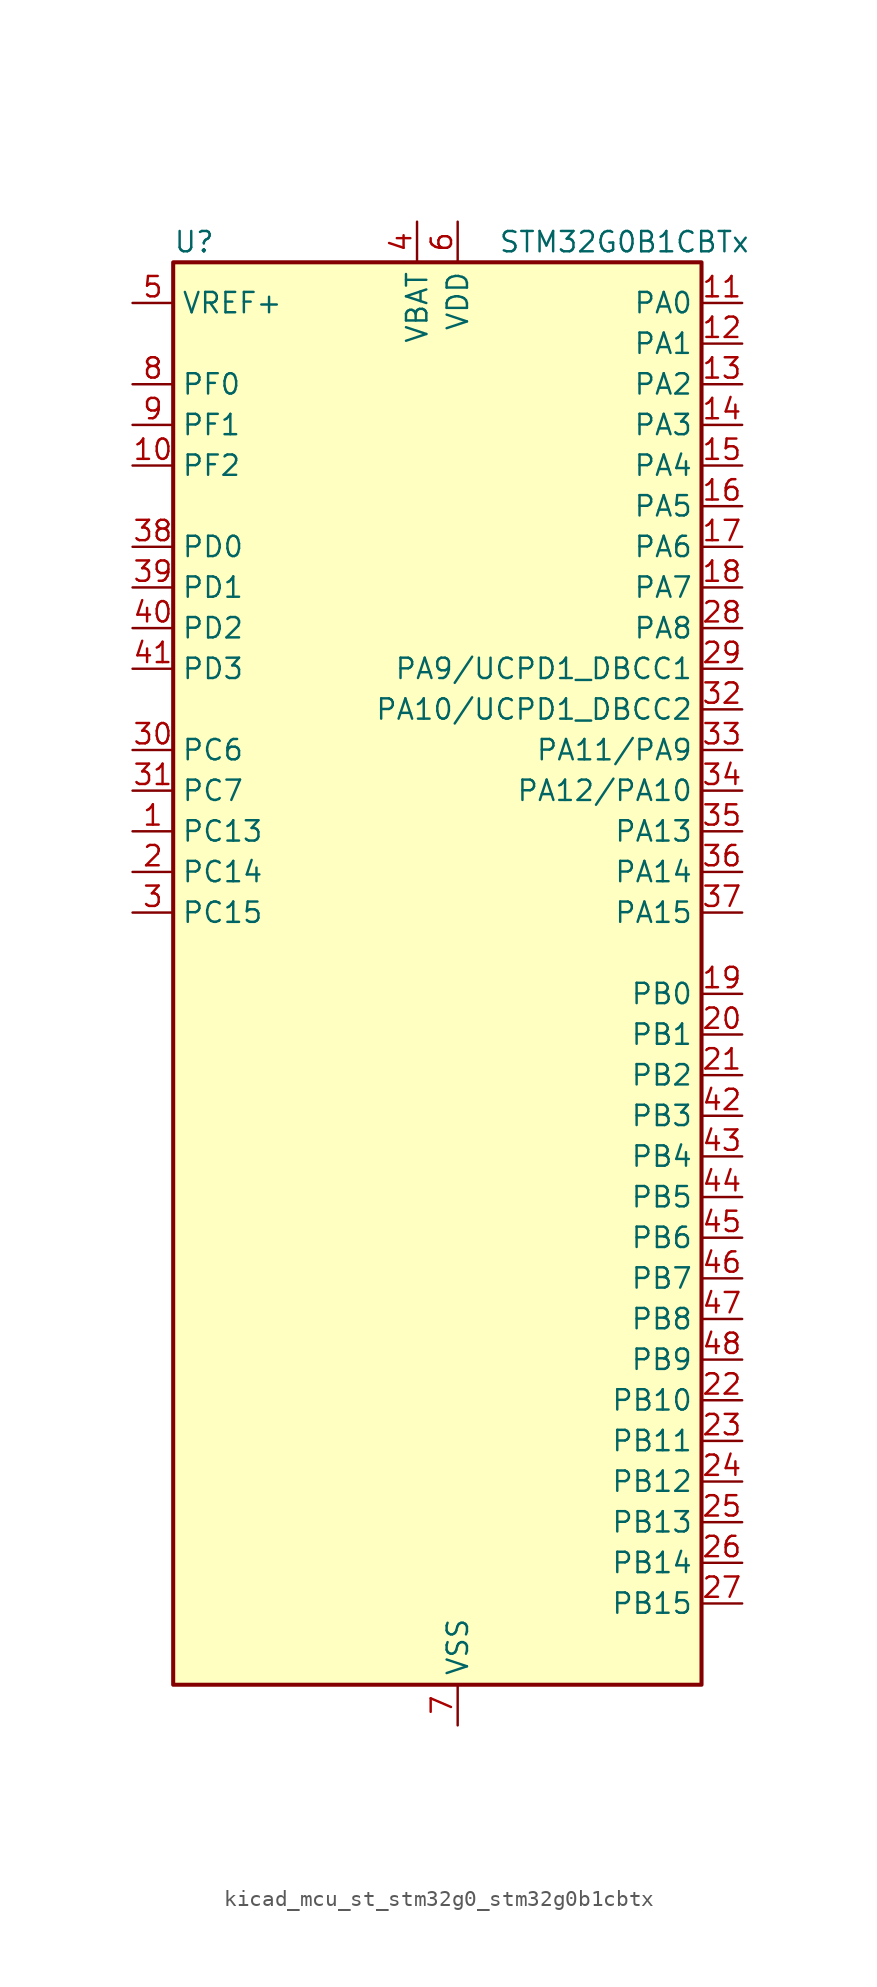
<source format=kicad_sym>
(kicad_symbol_lib
  (version 20220914)
  (generator kicad_symbol_editor)
  (symbol "kicad_mcu_st_stm32g0_stm32g0b1cbtx"
    (property "Reference" "U"
      (at -15.24 46.99 0)
      (effects (font (size 1.27 1.27)) (justify left)))
    (property "Value" "STM32G0B1CBTx"
      (at 5.08 46.99 0)
      (effects (font (size 1.27 1.27)) (justify left)))
    (property "ki_locked" ""
      (at 0 0 0)
      (effects (font (size 1.27 1.27))))
    (symbol "kicad_mcu_st_stm32g0_stm32g0b1cbtx_0_1"
      (rectangle (start -15.24 -43.18) (end 17.78 45.72) (stroke (width 0.254) (type default)) (fill (type background))))
    (symbol "kicad_mcu_st_stm32g0_stm32g0b1cbtx_1_1"
      (pin bidirectional line (at -17.78 10.16 0) (length 2.54) (name "PC13" (effects (font (size 1.27 1.27)))) (number "1" (effects (font (size 1.27 1.27)))) (alternate "RTC_OUT1" bidirectional line) (alternate "RTC_TAMP_IN1" bidirectional line) (alternate "RTC_TS" bidirectional line) (alternate "SYS_WKUP2" bidirectional line) (alternate "TIM1_BK" bidirectional line))
      (pin bidirectional line (at -17.78 33.02 0) (length 2.54) (name "PF2" (effects (font (size 1.27 1.27)))) (number "10" (effects (font (size 1.27 1.27)))) (alternate "LPUART2_DE" bidirectional line) (alternate "LPUART2_RTS" bidirectional line) (alternate "LPUART2_TX" bidirectional line) (alternate "RCC_MCO" bidirectional line))
      (pin bidirectional line (at 20.32 43.18 180) (length 2.54) (name "PA0" (effects (font (size 1.27 1.27)))) (number "11" (effects (font (size 1.27 1.27)))) (alternate "ADC1_IN0" bidirectional line) (alternate "COMP1_INM" bidirectional line) (alternate "COMP1_OUT" bidirectional line) (alternate "I2S2_CK" bidirectional line) (alternate "LPTIM1_OUT" bidirectional line) (alternate "RTC_TAMP_IN2" bidirectional line) (alternate "SPI2_SCK" bidirectional line) (alternate "SYS_WKUP1" bidirectional line) (alternate "TIM2_CH1" bidirectional line) (alternate "TIM2_ETR" bidirectional line) (alternate "UCPD2_FRSTX1" bidirectional line) (alternate "UCPD2_FRSTX2" bidirectional line) (alternate "USART2_CTS" bidirectional line) (alternate "USART2_NSS" bidirectional line) (alternate "USART4_TX" bidirectional line))
      (pin bidirectional line (at 20.32 40.64 180) (length 2.54) (name "PA1" (effects (font (size 1.27 1.27)))) (number "12" (effects (font (size 1.27 1.27)))) (alternate "ADC1_IN1" bidirectional line) (alternate "COMP1_INP" bidirectional line) (alternate "I2C1_SMBA" bidirectional line) (alternate "I2S1_CK" bidirectional line) (alternate "SPI1_SCK" bidirectional line) (alternate "TIM15_CH1N" bidirectional line) (alternate "TIM2_CH2" bidirectional line) (alternate "USART2_CK" bidirectional line) (alternate "USART2_DE" bidirectional line) (alternate "USART2_RTS" bidirectional line) (alternate "USART4_RX" bidirectional line))
      (pin bidirectional line (at 20.32 38.1 180) (length 2.54) (name "PA2" (effects (font (size 1.27 1.27)))) (number "13" (effects (font (size 1.27 1.27)))) (alternate "ADC1_IN2" bidirectional line) (alternate "COMP2_INM" bidirectional line) (alternate "COMP2_OUT" bidirectional line) (alternate "I2S1_SD" bidirectional line) (alternate "LPUART1_TX" bidirectional line) (alternate "RCC_LSCO" bidirectional line) (alternate "SPI1_MOSI" bidirectional line) (alternate "SYS_WKUP4" bidirectional line) (alternate "TIM15_CH1" bidirectional line) (alternate "TIM2_CH3" bidirectional line) (alternate "UCPD1_FRSTX1" bidirectional line) (alternate "UCPD1_FRSTX2" bidirectional line) (alternate "USART2_TX" bidirectional line))
      (pin bidirectional line (at 20.32 35.56 180) (length 2.54) (name "PA3" (effects (font (size 1.27 1.27)))) (number "14" (effects (font (size 1.27 1.27)))) (alternate "ADC1_IN3" bidirectional line) (alternate "COMP2_INP" bidirectional line) (alternate "I2S2_MCK" bidirectional line) (alternate "LPUART1_RX" bidirectional line) (alternate "SPI2_MISO" bidirectional line) (alternate "TIM15_CH2" bidirectional line) (alternate "TIM2_CH4" bidirectional line) (alternate "UCPD2_FRSTX1" bidirectional line) (alternate "UCPD2_FRSTX2" bidirectional line) (alternate "USART2_RX" bidirectional line))
      (pin bidirectional line (at 20.32 33.02 180) (length 2.54) (name "PA4" (effects (font (size 1.27 1.27)))) (number "15" (effects (font (size 1.27 1.27)))) (alternate "ADC1_IN4" bidirectional line) (alternate "DAC1_OUT1" bidirectional line) (alternate "I2S1_WS" bidirectional line) (alternate "I2S2_SD" bidirectional line) (alternate "LPTIM2_OUT" bidirectional line) (alternate "RTC_OUT2" bidirectional line) (alternate "SPI1_NSS" bidirectional line) (alternate "SPI2_MOSI" bidirectional line) (alternate "SPI3_NSS" bidirectional line) (alternate "TIM14_CH1" bidirectional line) (alternate "UCPD2_FRSTX1" bidirectional line) (alternate "UCPD2_FRSTX2" bidirectional line) (alternate "USART6_TX" bidirectional line) (alternate "USB_NOE" bidirectional line))
      (pin bidirectional line (at 20.32 30.48 180) (length 2.54) (name "PA5" (effects (font (size 1.27 1.27)))) (number "16" (effects (font (size 1.27 1.27)))) (alternate "ADC1_IN5" bidirectional line) (alternate "CEC" bidirectional line) (alternate "DAC1_OUT2" bidirectional line) (alternate "I2S1_CK" bidirectional line) (alternate "LPTIM2_ETR" bidirectional line) (alternate "SPI1_SCK" bidirectional line) (alternate "TIM2_CH1" bidirectional line) (alternate "TIM2_ETR" bidirectional line) (alternate "UCPD1_FRSTX1" bidirectional line) (alternate "UCPD1_FRSTX2" bidirectional line) (alternate "USART3_TX" bidirectional line) (alternate "USART6_RX" bidirectional line))
      (pin bidirectional line (at 20.32 27.94 180) (length 2.54) (name "PA6" (effects (font (size 1.27 1.27)))) (number "17" (effects (font (size 1.27 1.27)))) (alternate "ADC1_IN6" bidirectional line) (alternate "COMP1_OUT" bidirectional line) (alternate "I2C2_SDA" bidirectional line) (alternate "I2C3_SDA" bidirectional line) (alternate "I2S1_MCK" bidirectional line) (alternate "LPUART1_CTS" bidirectional line) (alternate "SPI1_MISO" bidirectional line) (alternate "TIM16_CH1" bidirectional line) (alternate "TIM1_BK" bidirectional line) (alternate "TIM3_CH1" bidirectional line) (alternate "USART3_CTS" bidirectional line) (alternate "USART3_NSS" bidirectional line) (alternate "USART6_CTS" bidirectional line) (alternate "USART6_NSS" bidirectional line))
      (pin bidirectional line (at 20.32 25.4 180) (length 2.54) (name "PA7" (effects (font (size 1.27 1.27)))) (number "18" (effects (font (size 1.27 1.27)))) (alternate "ADC1_IN7" bidirectional line) (alternate "COMP2_OUT" bidirectional line) (alternate "I2C2_SCL" bidirectional line) (alternate "I2C3_SCL" bidirectional line) (alternate "I2S1_SD" bidirectional line) (alternate "SPI1_MOSI" bidirectional line) (alternate "TIM14_CH1" bidirectional line) (alternate "TIM17_CH1" bidirectional line) (alternate "TIM1_CH1N" bidirectional line) (alternate "TIM3_CH2" bidirectional line) (alternate "UCPD1_FRSTX1" bidirectional line) (alternate "UCPD1_FRSTX2" bidirectional line) (alternate "USART6_CK" bidirectional line) (alternate "USART6_DE" bidirectional line) (alternate "USART6_RTS" bidirectional line))
      (pin bidirectional line (at 20.32 0 180) (length 2.54) (name "PB0" (effects (font (size 1.27 1.27)))) (number "19" (effects (font (size 1.27 1.27)))) (alternate "ADC1_IN8" bidirectional line) (alternate "COMP1_OUT" bidirectional line) (alternate "COMP3_INP" bidirectional line) (alternate "FDCAN2_RX" bidirectional line) (alternate "I2S1_WS" bidirectional line) (alternate "LPTIM1_OUT" bidirectional line) (alternate "LPUART2_CTS" bidirectional line) (alternate "SPI1_NSS" bidirectional line) (alternate "TIM1_CH2N" bidirectional line) (alternate "TIM3_CH3" bidirectional line) (alternate "UCPD1_FRSTX1" bidirectional line) (alternate "UCPD1_FRSTX2" bidirectional line) (alternate "USART3_RX" bidirectional line) (alternate "USART5_TX" bidirectional line))
      (pin bidirectional line (at -17.78 7.62 0) (length 2.54) (name "PC14" (effects (font (size 1.27 1.27)))) (number "2" (effects (font (size 1.27 1.27)))) (alternate "RCC_OSC32_IN" bidirectional line) (alternate "TIM1_BK2" bidirectional line))
      (pin bidirectional line (at 20.32 -2.54 180) (length 2.54) (name "PB1" (effects (font (size 1.27 1.27)))) (number "20" (effects (font (size 1.27 1.27)))) (alternate "ADC1_IN9" bidirectional line) (alternate "COMP1_INM" bidirectional line) (alternate "COMP3_OUT" bidirectional line) (alternate "FDCAN2_TX" bidirectional line) (alternate "LPTIM2_IN1" bidirectional line) (alternate "LPUART1_DE" bidirectional line) (alternate "LPUART1_RTS" bidirectional line) (alternate "LPUART2_DE" bidirectional line) (alternate "LPUART2_RTS" bidirectional line) (alternate "TIM14_CH1" bidirectional line) (alternate "TIM1_CH3N" bidirectional line) (alternate "TIM3_CH4" bidirectional line) (alternate "USART3_CK" bidirectional line) (alternate "USART3_DE" bidirectional line) (alternate "USART3_RTS" bidirectional line) (alternate "USART5_RX" bidirectional line))
      (pin bidirectional line (at 20.32 -5.08 180) (length 2.54) (name "PB2" (effects (font (size 1.27 1.27)))) (number "21" (effects (font (size 1.27 1.27)))) (alternate "ADC1_IN10" bidirectional line) (alternate "COMP1_INP" bidirectional line) (alternate "COMP3_INM" bidirectional line) (alternate "I2S2_MCK" bidirectional line) (alternate "LPTIM1_OUT" bidirectional line) (alternate "RCC_MCO_2" bidirectional line) (alternate "SPI2_MISO" bidirectional line) (alternate "USART3_TX" bidirectional line))
      (pin bidirectional line (at 20.32 -25.4 180) (length 2.54) (name "PB10" (effects (font (size 1.27 1.27)))) (number "22" (effects (font (size 1.27 1.27)))) (alternate "ADC1_IN11" bidirectional line) (alternate "CEC" bidirectional line) (alternate "COMP1_OUT" bidirectional line) (alternate "I2C2_SCL" bidirectional line) (alternate "I2S2_CK" bidirectional line) (alternate "LPUART1_RX" bidirectional line) (alternate "SPI2_SCK" bidirectional line) (alternate "TIM2_CH3" bidirectional line) (alternate "USART3_TX" bidirectional line))
      (pin bidirectional line (at 20.32 -27.94 180) (length 2.54) (name "PB11" (effects (font (size 1.27 1.27)))) (number "23" (effects (font (size 1.27 1.27)))) (alternate "ADC1_EXTI11" bidirectional line) (alternate "ADC1_IN15" bidirectional line) (alternate "COMP2_OUT" bidirectional line) (alternate "I2C2_SDA" bidirectional line) (alternate "I2S2_SD" bidirectional line) (alternate "LPUART1_TX" bidirectional line) (alternate "SPI2_MOSI" bidirectional line) (alternate "TIM2_CH4" bidirectional line) (alternate "USART3_RX" bidirectional line))
      (pin bidirectional line (at 20.32 -30.48 180) (length 2.54) (name "PB12" (effects (font (size 1.27 1.27)))) (number "24" (effects (font (size 1.27 1.27)))) (alternate "ADC1_IN16" bidirectional line) (alternate "FDCAN2_RX" bidirectional line) (alternate "I2C2_SMBA" bidirectional line) (alternate "I2S2_WS" bidirectional line) (alternate "LPUART1_DE" bidirectional line) (alternate "LPUART1_RTS" bidirectional line) (alternate "SPI2_NSS" bidirectional line) (alternate "TIM15_BK" bidirectional line) (alternate "TIM1_BK" bidirectional line) (alternate "UCPD2_FRSTX1" bidirectional line) (alternate "UCPD2_FRSTX2" bidirectional line))
      (pin bidirectional line (at 20.32 -33.02 180) (length 2.54) (name "PB13" (effects (font (size 1.27 1.27)))) (number "25" (effects (font (size 1.27 1.27)))) (alternate "FDCAN2_TX" bidirectional line) (alternate "I2C2_SCL" bidirectional line) (alternate "I2S2_CK" bidirectional line) (alternate "LPUART1_CTS" bidirectional line) (alternate "SPI2_SCK" bidirectional line) (alternate "TIM15_CH1N" bidirectional line) (alternate "TIM1_CH1N" bidirectional line) (alternate "USART3_CTS" bidirectional line) (alternate "USART3_NSS" bidirectional line))
      (pin bidirectional line (at 20.32 -35.56 180) (length 2.54) (name "PB14" (effects (font (size 1.27 1.27)))) (number "26" (effects (font (size 1.27 1.27)))) (alternate "I2C2_SDA" bidirectional line) (alternate "I2S2_MCK" bidirectional line) (alternate "SPI2_MISO" bidirectional line) (alternate "TIM15_CH1" bidirectional line) (alternate "TIM1_CH2N" bidirectional line) (alternate "UCPD1_FRSTX1" bidirectional line) (alternate "UCPD1_FRSTX2" bidirectional line) (alternate "USART3_CK" bidirectional line) (alternate "USART3_DE" bidirectional line) (alternate "USART3_RTS" bidirectional line) (alternate "USART6_CK" bidirectional line) (alternate "USART6_DE" bidirectional line) (alternate "USART6_RTS" bidirectional line))
      (pin bidirectional line (at 20.32 -38.1 180) (length 2.54) (name "PB15" (effects (font (size 1.27 1.27)))) (number "27" (effects (font (size 1.27 1.27)))) (alternate "I2S2_SD" bidirectional line) (alternate "RTC_REFIN" bidirectional line) (alternate "SPI2_MOSI" bidirectional line) (alternate "TIM15_CH1N" bidirectional line) (alternate "TIM15_CH2" bidirectional line) (alternate "TIM1_CH3N" bidirectional line) (alternate "UCPD1_CC2" bidirectional line) (alternate "USART6_CTS" bidirectional line) (alternate "USART6_NSS" bidirectional line))
      (pin bidirectional line (at 20.32 22.86 180) (length 2.54) (name "PA8" (effects (font (size 1.27 1.27)))) (number "28" (effects (font (size 1.27 1.27)))) (alternate "CRS1_SYNC" bidirectional line) (alternate "I2C2_SMBA" bidirectional line) (alternate "I2S2_WS" bidirectional line) (alternate "LPTIM2_OUT" bidirectional line) (alternate "RCC_MCO" bidirectional line) (alternate "SPI2_NSS" bidirectional line) (alternate "TIM1_CH1" bidirectional line) (alternate "UCPD1_CC1" bidirectional line))
      (pin bidirectional line (at 20.32 20.32 180) (length 2.54) (name "PA9/UCPD1_DBCC1" (effects (font (size 1.27 1.27)))) (number "29" (effects (font (size 1.27 1.27)))) (alternate "DAC1_EXTI9" bidirectional line) (alternate "I2C1_SCL" bidirectional line) (alternate "I2C2_SCL" bidirectional line) (alternate "I2S2_MCK" bidirectional line) (alternate "RCC_MCO" bidirectional line) (alternate "SPI2_MISO" bidirectional line) (alternate "TIM15_BK" bidirectional line) (alternate "TIM1_CH2" bidirectional line) (alternate "UCPD1_DBCC1" bidirectional line) (alternate "USART1_TX" bidirectional line))
      (pin bidirectional line (at -17.78 5.08 0) (length 2.54) (name "PC15" (effects (font (size 1.27 1.27)))) (number "3" (effects (font (size 1.27 1.27)))) (alternate "RCC_OSC32_EN" bidirectional line) (alternate "RCC_OSC32_OUT" bidirectional line) (alternate "RCC_OSC_EN" bidirectional line) (alternate "TIM15_BK" bidirectional line))
      (pin bidirectional line (at -17.78 15.24 0) (length 2.54) (name "PC6" (effects (font (size 1.27 1.27)))) (number "30" (effects (font (size 1.27 1.27)))) (alternate "LPUART2_TX" bidirectional line) (alternate "TIM2_CH3" bidirectional line) (alternate "TIM3_CH1" bidirectional line) (alternate "UCPD1_FRSTX1" bidirectional line) (alternate "UCPD1_FRSTX2" bidirectional line))
      (pin bidirectional line (at -17.78 12.7 0) (length 2.54) (name "PC7" (effects (font (size 1.27 1.27)))) (number "31" (effects (font (size 1.27 1.27)))) (alternate "LPUART2_RX" bidirectional line) (alternate "TIM2_CH4" bidirectional line) (alternate "TIM3_CH2" bidirectional line) (alternate "UCPD2_FRSTX1" bidirectional line) (alternate "UCPD2_FRSTX2" bidirectional line))
      (pin bidirectional line (at 20.32 17.78 180) (length 2.54) (name "PA10/UCPD1_DBCC2" (effects (font (size 1.27 1.27)))) (number "32" (effects (font (size 1.27 1.27)))) (alternate "I2C1_SDA" bidirectional line) (alternate "I2C2_SDA" bidirectional line) (alternate "I2S2_SD" bidirectional line) (alternate "RCC_MCO_2" bidirectional line) (alternate "SPI2_MOSI" bidirectional line) (alternate "TIM17_BK" bidirectional line) (alternate "TIM1_CH3" bidirectional line) (alternate "UCPD1_DBCC2" bidirectional line) (alternate "USART1_RX" bidirectional line))
      (pin bidirectional line (at 20.32 15.24 180) (length 2.54) (name "PA11/PA9" (effects (font (size 1.27 1.27)))) (number "33" (effects (font (size 1.27 1.27)))) (alternate "ADC1_EXTI11" bidirectional line) (alternate "COMP1_OUT" bidirectional line) (alternate "FDCAN1_RX" bidirectional line) (alternate "I2C2_SCL" bidirectional line) (alternate "I2S1_MCK" bidirectional line) (alternate "SPI1_MISO" bidirectional line) (alternate "TIM1_BK2" bidirectional line) (alternate "TIM1_CH4" bidirectional line) (alternate "USART1_CTS" bidirectional line) (alternate "USART1_NSS" bidirectional line) (alternate "USB_DM" bidirectional line))
      (pin bidirectional line (at 20.32 12.7 180) (length 2.54) (name "PA12/PA10" (effects (font (size 1.27 1.27)))) (number "34" (effects (font (size 1.27 1.27)))) (alternate "COMP2_OUT" bidirectional line) (alternate "FDCAN1_TX" bidirectional line) (alternate "I2C2_SDA" bidirectional line) (alternate "I2S1_SD" bidirectional line) (alternate "I2S_CKIN" bidirectional line) (alternate "SPI1_MOSI" bidirectional line) (alternate "TIM1_ETR" bidirectional line) (alternate "USART1_CK" bidirectional line) (alternate "USART1_DE" bidirectional line) (alternate "USART1_RTS" bidirectional line) (alternate "USB_DP" bidirectional line))
      (pin bidirectional line (at 20.32 10.16 180) (length 2.54) (name "PA13" (effects (font (size 1.27 1.27)))) (number "35" (effects (font (size 1.27 1.27)))) (alternate "IR_OUT" bidirectional line) (alternate "LPUART2_RX" bidirectional line) (alternate "SYS_SWDIO" bidirectional line) (alternate "USB_NOE" bidirectional line))
      (pin bidirectional line (at 20.32 7.62 180) (length 2.54) (name "PA14" (effects (font (size 1.27 1.27)))) (number "36" (effects (font (size 1.27 1.27)))) (alternate "LPUART2_TX" bidirectional line) (alternate "SYS_SWCLK" bidirectional line) (alternate "USART2_TX" bidirectional line))
      (pin bidirectional line (at 20.32 5.08 180) (length 2.54) (name "PA15" (effects (font (size 1.27 1.27)))) (number "37" (effects (font (size 1.27 1.27)))) (alternate "I2C2_SMBA" bidirectional line) (alternate "I2S1_WS" bidirectional line) (alternate "RCC_MCO_2" bidirectional line) (alternate "SPI1_NSS" bidirectional line) (alternate "SPI3_NSS" bidirectional line) (alternate "TIM2_CH1" bidirectional line) (alternate "TIM2_ETR" bidirectional line) (alternate "USART2_RX" bidirectional line) (alternate "USART3_CK" bidirectional line) (alternate "USART3_DE" bidirectional line) (alternate "USART3_RTS" bidirectional line) (alternate "USART4_CK" bidirectional line) (alternate "USART4_DE" bidirectional line) (alternate "USART4_RTS" bidirectional line) (alternate "USB_NOE" bidirectional line))
      (pin bidirectional line (at -17.78 27.94 0) (length 2.54) (name "PD0" (effects (font (size 1.27 1.27)))) (number "38" (effects (font (size 1.27 1.27)))) (alternate "FDCAN1_RX" bidirectional line) (alternate "I2S2_WS" bidirectional line) (alternate "SPI2_NSS" bidirectional line) (alternate "TIM16_CH1" bidirectional line) (alternate "UCPD2_CC1" bidirectional line))
      (pin bidirectional line (at -17.78 25.4 0) (length 2.54) (name "PD1" (effects (font (size 1.27 1.27)))) (number "39" (effects (font (size 1.27 1.27)))) (alternate "FDCAN1_TX" bidirectional line) (alternate "I2S2_CK" bidirectional line) (alternate "SPI2_SCK" bidirectional line) (alternate "TIM17_CH1" bidirectional line) (alternate "UCPD2_DBCC1" bidirectional line))
      (pin power_in line (at 0 48.26 270) (length 2.54) (name "VBAT" (effects (font (size 1.27 1.27)))) (number "4" (effects (font (size 1.27 1.27)))))
      (pin bidirectional line (at -17.78 22.86 0) (length 2.54) (name "PD2" (effects (font (size 1.27 1.27)))) (number "40" (effects (font (size 1.27 1.27)))) (alternate "TIM1_CH1N" bidirectional line) (alternate "TIM3_ETR" bidirectional line) (alternate "UCPD2_CC2" bidirectional line) (alternate "USART3_CK" bidirectional line) (alternate "USART3_DE" bidirectional line) (alternate "USART3_RTS" bidirectional line) (alternate "USART5_RX" bidirectional line))
      (pin bidirectional line (at -17.78 20.32 0) (length 2.54) (name "PD3" (effects (font (size 1.27 1.27)))) (number "41" (effects (font (size 1.27 1.27)))) (alternate "I2S2_MCK" bidirectional line) (alternate "SPI2_MISO" bidirectional line) (alternate "TIM1_CH2N" bidirectional line) (alternate "UCPD2_DBCC2" bidirectional line) (alternate "USART2_CTS" bidirectional line) (alternate "USART2_NSS" bidirectional line) (alternate "USART5_TX" bidirectional line))
      (pin bidirectional line (at 20.32 -7.62 180) (length 2.54) (name "PB3" (effects (font (size 1.27 1.27)))) (number "42" (effects (font (size 1.27 1.27)))) (alternate "COMP2_INM" bidirectional line) (alternate "I2C2_SCL" bidirectional line) (alternate "I2C3_SCL" bidirectional line) (alternate "I2S1_CK" bidirectional line) (alternate "SPI1_SCK" bidirectional line) (alternate "SPI3_SCK" bidirectional line) (alternate "TIM1_CH2" bidirectional line) (alternate "TIM2_CH2" bidirectional line) (alternate "USART1_CK" bidirectional line) (alternate "USART1_DE" bidirectional line) (alternate "USART1_RTS" bidirectional line) (alternate "USART5_TX" bidirectional line))
      (pin bidirectional line (at 20.32 -10.16 180) (length 2.54) (name "PB4" (effects (font (size 1.27 1.27)))) (number "43" (effects (font (size 1.27 1.27)))) (alternate "COMP2_INP" bidirectional line) (alternate "I2C2_SDA" bidirectional line) (alternate "I2C3_SDA" bidirectional line) (alternate "I2S1_MCK" bidirectional line) (alternate "SPI1_MISO" bidirectional line) (alternate "SPI3_MISO" bidirectional line) (alternate "TIM17_BK" bidirectional line) (alternate "TIM3_CH1" bidirectional line) (alternate "USART1_CTS" bidirectional line) (alternate "USART1_NSS" bidirectional line) (alternate "USART5_RX" bidirectional line))
      (pin bidirectional line (at 20.32 -12.7 180) (length 2.54) (name "PB5" (effects (font (size 1.27 1.27)))) (number "44" (effects (font (size 1.27 1.27)))) (alternate "COMP2_OUT" bidirectional line) (alternate "FDCAN2_RX" bidirectional line) (alternate "I2C1_SMBA" bidirectional line) (alternate "I2S1_SD" bidirectional line) (alternate "LPTIM1_IN1" bidirectional line) (alternate "SPI1_MOSI" bidirectional line) (alternate "SPI3_MOSI" bidirectional line) (alternate "SYS_WKUP6" bidirectional line) (alternate "TIM16_BK" bidirectional line) (alternate "TIM3_CH2" bidirectional line) (alternate "USART5_CK" bidirectional line) (alternate "USART5_DE" bidirectional line) (alternate "USART5_RTS" bidirectional line))
      (pin bidirectional line (at 20.32 -15.24 180) (length 2.54) (name "PB6" (effects (font (size 1.27 1.27)))) (number "45" (effects (font (size 1.27 1.27)))) (alternate "COMP2_INP" bidirectional line) (alternate "FDCAN2_TX" bidirectional line) (alternate "I2C1_SCL" bidirectional line) (alternate "I2S2_MCK" bidirectional line) (alternate "LPTIM1_ETR" bidirectional line) (alternate "LPUART2_TX" bidirectional line) (alternate "SPI2_MISO" bidirectional line) (alternate "TIM16_CH1N" bidirectional line) (alternate "TIM1_CH3" bidirectional line) (alternate "TIM4_CH1" bidirectional line) (alternate "USART1_TX" bidirectional line) (alternate "USART5_CTS" bidirectional line) (alternate "USART5_NSS" bidirectional line))
      (pin bidirectional line (at 20.32 -17.78 180) (length 2.54) (name "PB7" (effects (font (size 1.27 1.27)))) (number "46" (effects (font (size 1.27 1.27)))) (alternate "COMP2_INM" bidirectional line) (alternate "I2C1_SDA" bidirectional line) (alternate "I2S2_SD" bidirectional line) (alternate "LPTIM1_IN2" bidirectional line) (alternate "LPUART2_RX" bidirectional line) (alternate "SPI2_MOSI" bidirectional line) (alternate "SYS_PVD_IN" bidirectional line) (alternate "TIM17_CH1N" bidirectional line) (alternate "TIM4_CH2" bidirectional line) (alternate "USART1_RX" bidirectional line) (alternate "USART4_CTS" bidirectional line) (alternate "USART4_NSS" bidirectional line))
      (pin bidirectional line (at 20.32 -20.32 180) (length 2.54) (name "PB8" (effects (font (size 1.27 1.27)))) (number "47" (effects (font (size 1.27 1.27)))) (alternate "CEC" bidirectional line) (alternate "FDCAN1_RX" bidirectional line) (alternate "I2C1_SCL" bidirectional line) (alternate "I2S2_CK" bidirectional line) (alternate "SPI2_SCK" bidirectional line) (alternate "TIM15_BK" bidirectional line) (alternate "TIM16_CH1" bidirectional line) (alternate "TIM4_CH3" bidirectional line) (alternate "USART3_TX" bidirectional line) (alternate "USART6_TX" bidirectional line))
      (pin bidirectional line (at 20.32 -22.86 180) (length 2.54) (name "PB9" (effects (font (size 1.27 1.27)))) (number "48" (effects (font (size 1.27 1.27)))) (alternate "DAC1_EXTI9" bidirectional line) (alternate "FDCAN1_TX" bidirectional line) (alternate "I2C1_SDA" bidirectional line) (alternate "I2S2_WS" bidirectional line) (alternate "IR_OUT" bidirectional line) (alternate "SPI2_NSS" bidirectional line) (alternate "TIM17_CH1" bidirectional line) (alternate "TIM4_CH4" bidirectional line) (alternate "UCPD2_FRSTX1" bidirectional line) (alternate "UCPD2_FRSTX2" bidirectional line) (alternate "USART3_RX" bidirectional line) (alternate "USART6_RX" bidirectional line))
      (pin input line (at -17.78 43.18 0) (length 2.54) (name "VREF+" (effects (font (size 1.27 1.27)))) (number "5" (effects (font (size 1.27 1.27)))) (alternate "VREFBUF_OUT" bidirectional line))
      (pin power_in line (at 2.54 48.26 270) (length 2.54) (name "VDD" (effects (font (size 1.27 1.27)))) (number "6" (effects (font (size 1.27 1.27)))))
      (pin power_in line (at 2.54 -45.72 90) (length 2.54) (name "VSS" (effects (font (size 1.27 1.27)))) (number "7" (effects (font (size 1.27 1.27)))))
      (pin bidirectional line (at -17.78 38.1 0) (length 2.54) (name "PF0" (effects (font (size 1.27 1.27)))) (number "8" (effects (font (size 1.27 1.27)))) (alternate "CRS1_SYNC" bidirectional line) (alternate "RCC_OSC_IN" bidirectional line) (alternate "TIM14_CH1" bidirectional line))
      (pin bidirectional line (at -17.78 35.56 0) (length 2.54) (name "PF1" (effects (font (size 1.27 1.27)))) (number "9" (effects (font (size 1.27 1.27)))) (alternate "RCC_OSC_EN" bidirectional line) (alternate "RCC_OSC_OUT" bidirectional line) (alternate "TIM15_CH1N" bidirectional line)))))
</source>
